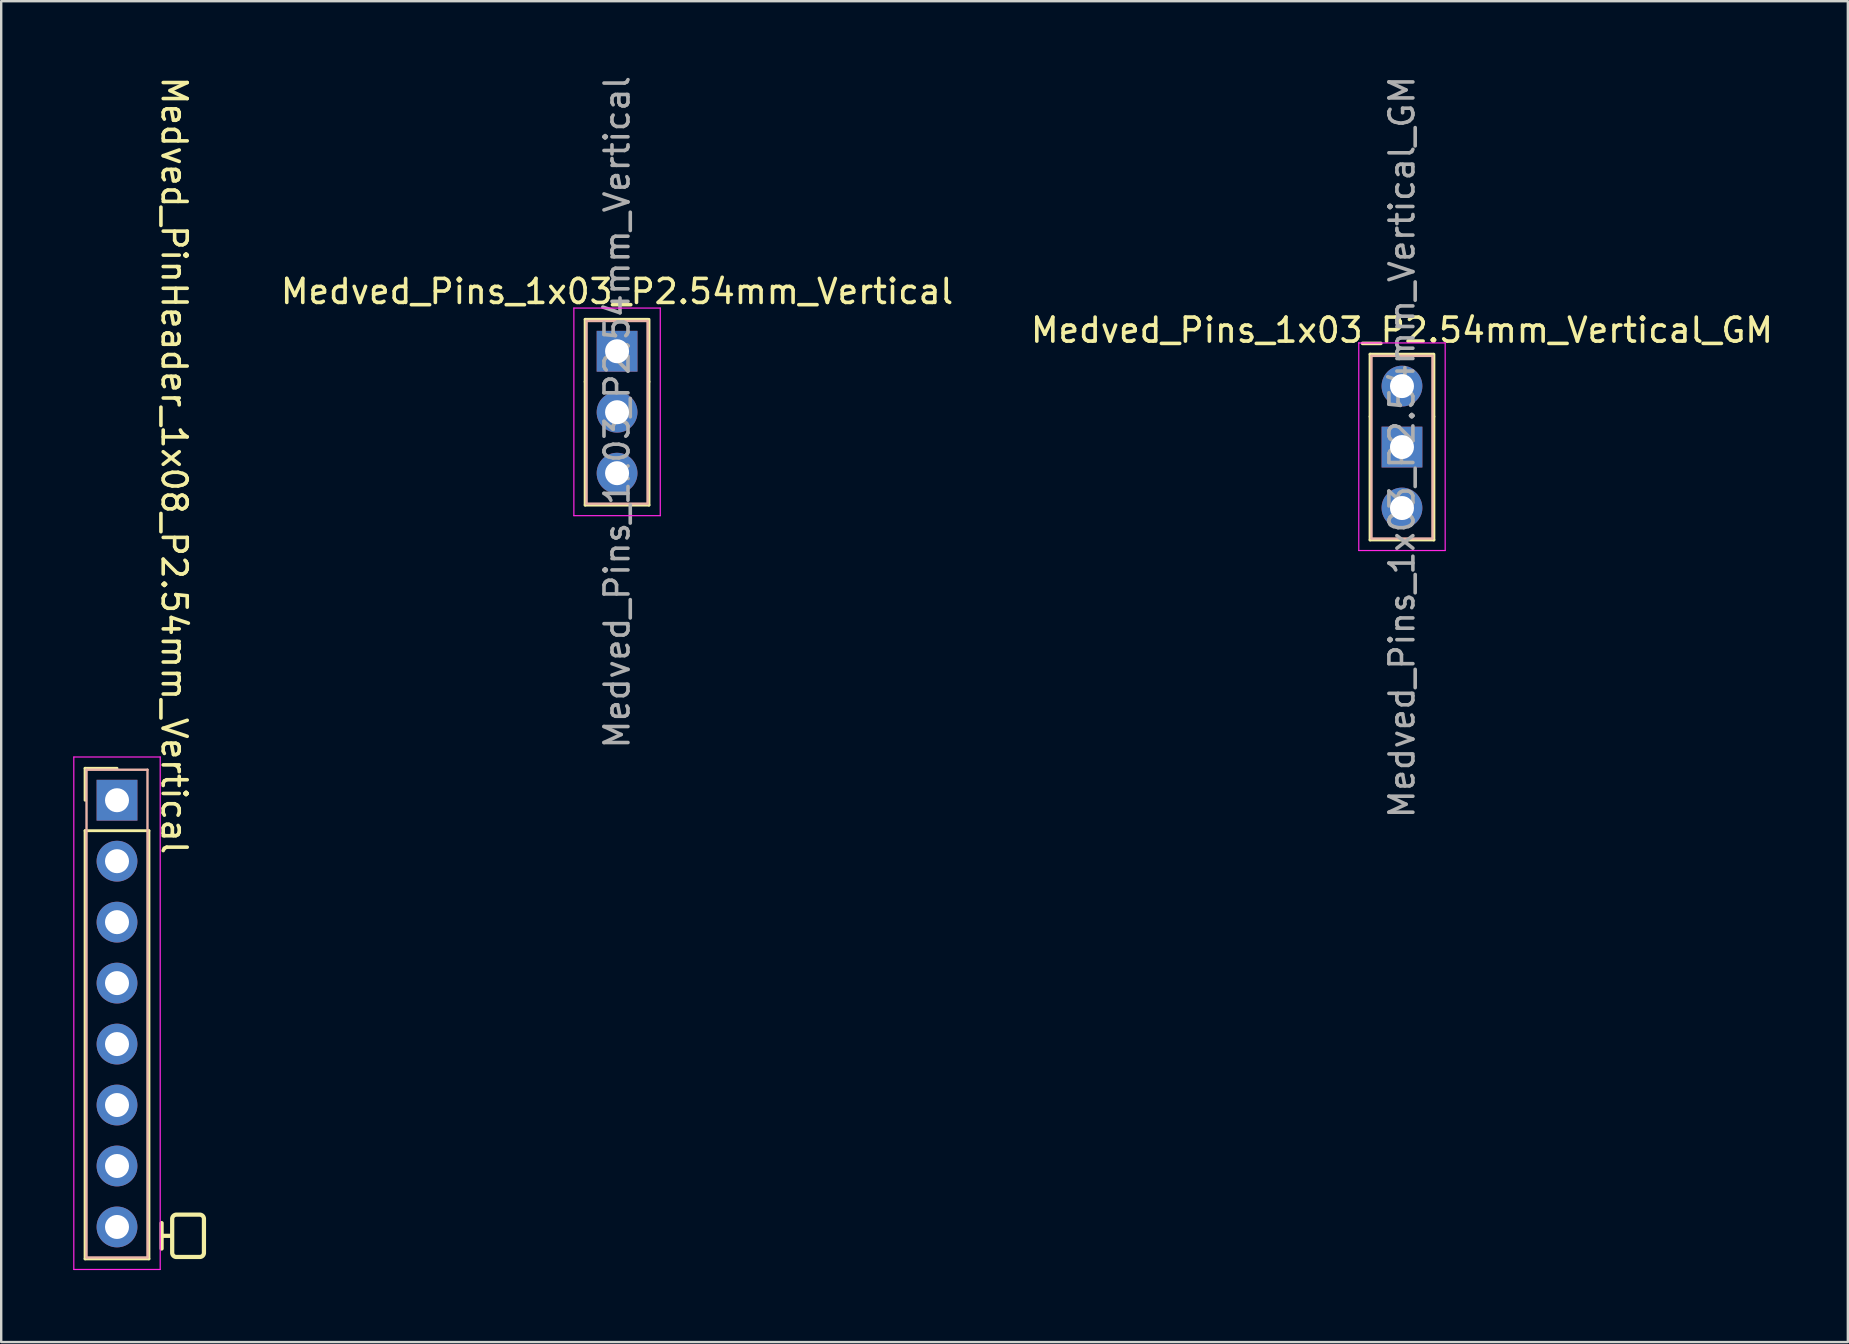
<source format=kicad_pcb>
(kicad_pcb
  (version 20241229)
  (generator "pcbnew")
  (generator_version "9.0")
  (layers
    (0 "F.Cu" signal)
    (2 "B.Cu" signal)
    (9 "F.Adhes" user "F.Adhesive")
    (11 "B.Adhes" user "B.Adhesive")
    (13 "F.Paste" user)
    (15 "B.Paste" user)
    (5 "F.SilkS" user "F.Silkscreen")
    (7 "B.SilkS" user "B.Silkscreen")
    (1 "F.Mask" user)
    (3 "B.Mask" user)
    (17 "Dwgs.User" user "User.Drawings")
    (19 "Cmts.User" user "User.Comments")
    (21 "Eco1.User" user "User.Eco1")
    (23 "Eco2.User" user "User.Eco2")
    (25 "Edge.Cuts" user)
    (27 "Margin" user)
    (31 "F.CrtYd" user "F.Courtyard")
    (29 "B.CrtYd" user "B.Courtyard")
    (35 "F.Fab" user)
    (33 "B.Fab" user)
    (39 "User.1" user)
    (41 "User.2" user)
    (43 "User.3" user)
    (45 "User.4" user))
  (footprint "Medved_Pins_1x03_P2.54mm_Vertical"
    (layer "F.Cu")
    (at 22.66 11.585)
    (property "Reference" "Medved_Pins_1x03_P2.54mm_Vertical" (at 0 -2.49 0) (layer "F.SilkS") (effects (font (size 1 1) (thickness 0.15))))
    (attr through_hole)
    (fp_line (start -1.33 -1.33) (end 1.3 -1.33) (stroke (width 0.12) (type solid)) (layer "F.SilkS"))
    (fp_line (start -1.33 1.27) (end -1.33 -1.33) (stroke (width 0.12) (type solid)) (layer "F.SilkS"))
    (fp_line (start -1.33 1.27) (end -1.33 6.41) (stroke (width 0.12) (type solid)) (layer "F.SilkS"))
    (fp_line (start -1.33 6.41) (end 1.33 6.41) (stroke (width 0.12) (type solid)) (layer "F.SilkS"))
    (fp_line (start 1.33 1.27) (end 1.33 -1.33) (stroke (width 0.12) (type solid)) (layer "F.SilkS"))
    (fp_line (start 1.33 1.27) (end 1.33 6.41) (stroke (width 0.12) (type solid)) (layer "F.SilkS"))
    (fp_line (start -1.27 -1.26) (end 1.27 -1.26) (stroke (width 0.1) (type solid)) (layer "B.SilkS"))
    (fp_line (start -1.27 6.35) (end -1.27 -1.26) (stroke (width 0.1) (type solid)) (layer "B.SilkS"))
    (fp_line (start 1.27 6.35) (end -1.27 6.35) (stroke (width 0.1) (type solid)) (layer "B.SilkS"))
    (fp_line (start 1.27 -1.26) (end 1.27 6.35) (stroke (width 0.1) (type solid)) (layer "B.SilkS"))
    (fp_line (start -1.8 -1.8) (end -1.8 6.85) (stroke (width 0.05) (type solid)) (layer "F.CrtYd"))
    (fp_line (start -1.8 6.85) (end 1.8 6.85) (stroke (width 0.05) (type solid)) (layer "F.CrtYd"))
    (fp_line (start 1.8 -1.8) (end -1.8 -1.8) (stroke (width 0.05) (type solid)) (layer "F.CrtYd"))
    (fp_line (start 1.8 6.85) (end 1.8 -1.8) (stroke (width 0.05) (type solid)) (layer "F.CrtYd"))
    (fp_text user "${REFERENCE}" (at 0 2.54 90) (layer "F.Fab") (effects (font (size 1 1) (thickness 0.15))))
    (pad "1" thru_hole rect (at 0 0) (size 1.7 1.7) (drill 1) (layers "*.Cu" "*.Mask"))
    (pad "2" thru_hole oval (at 0 2.54) (size 1.7 1.7) (drill 1) (layers "*.Cu" "*.Mask"))
    (pad "3" thru_hole oval (at 0 5.08) (size 1.7 1.7) (drill 1) (layers "*.Cu" "*.Mask")))
  (footprint "Medved_PinHeader_1x08_P2.54mm_Vertical"
    (layer "F.Cu")
    (at 1.825 30.291)
    (property "Reference" "Medved_PinHeader_1x08_P2.54mm_Vertical" (at 2.38 2.34 270) (unlocked yes) (layer "F.SilkS") (effects (font (size 1 1) (thickness 0.15)) (justify right)))
    (attr through_hole)
    (fp_line (start -1.33 -1.33) (end 0 -1.33) (stroke (width 0.12) (type solid)) (layer "F.SilkS"))
    (fp_line (start -1.33 0) (end -1.33 -1.33) (stroke (width 0.12) (type solid)) (layer "F.SilkS"))
    (fp_line (start -1.33 1.27) (end -1.33 19.11) (stroke (width 0.12) (type solid)) (layer "F.SilkS"))
    (fp_line (start -1.33 1.27) (end 1.33 1.27) (stroke (width 0.12) (type solid)) (layer "F.SilkS"))
    (fp_line (start -1.33 19.11) (end 1.33 19.11) (stroke (width 0.12) (type solid)) (layer "F.SilkS"))
    (fp_line (start 1.33 1.27) (end 1.33 19.11) (stroke (width 0.12) (type solid)) (layer "F.SilkS"))
    (fp_poly (pts (xy 3.71 18.868) (xy 3.709 18.882) (xy 3.707 18.895) (xy 3.705 18.908) (xy 3.702 18.921) (xy 3.698 18.933) (xy 3.694 18.946) (xy 3.689 18.958) (xy 3.684 18.969) (xy 3.678 18.981) (xy 3.672 18.992) (xy 3.665 19.003) (xy 3.658 19.013) (xy 3.65 19.023) (xy 3.642 19.033) (xy 3.633 19.042) (xy 3.624 19.051) (xy 3.614 19.059) (xy 3.604 19.067) (xy 3.594 19.074) (xy 3.583 19.081) (xy 3.572 19.087) (xy 3.56 19.093) (xy 3.549 19.099) (xy 3.537 19.103) (xy 3.524 19.107) (xy 3.512 19.111) (xy 3.499 19.114) (xy 3.486 19.116) (xy 3.473 19.118) (xy 3.459 19.119) (xy 3.446 19.119) (xy 2.476 19.119) (xy 2.462 19.119) (xy 2.449 19.118) (xy 2.435 19.116) (xy 2.422 19.114) (xy 2.409 19.111) (xy 2.397 19.107) (xy 2.385 19.103) (xy 2.373 19.099) (xy 2.361 19.093) (xy 2.349 19.087) (xy 2.338 19.081) (xy 2.328 19.074) (xy 2.317 19.067) (xy 2.307 19.059) (xy 2.298 19.051) (xy 2.288 19.042) (xy 2.28 19.033) (xy 2.271 19.023) (xy 2.264 19.013) (xy 2.256 19.003) (xy 2.249 18.992) (xy 2.243 18.981) (xy 2.237 18.969) (xy 2.232 18.958) (xy 2.227 18.946) (xy 2.223 18.933) (xy 2.219 18.921) (xy 2.216 18.908) (xy 2.214 18.895) (xy 2.212 18.882) (xy 2.211 18.868) (xy 2.211 18.855) (xy 2.211 18.237) (xy 1.946 18.237) (xy 1.946 18.678) (xy 1.946 18.683) (xy 1.946 18.687) (xy 1.945 18.692) (xy 1.945 18.696) (xy 1.944 18.7) (xy 1.942 18.705) (xy 1.941 18.709) (xy 1.939 18.713) (xy 1.938 18.717) (xy 1.936 18.72) (xy 1.934 18.724) (xy 1.931 18.728) (xy 1.929 18.731) (xy 1.926 18.734) (xy 1.923 18.738) (xy 1.921 18.741) (xy 1.917 18.744) (xy 1.914 18.746) (xy 1.911 18.749) (xy 1.908 18.751) (xy 1.904 18.754) (xy 1.9 18.756) (xy 1.896 18.758) (xy 1.893 18.76) (xy 1.889 18.761) (xy 1.884 18.763) (xy 1.88 18.764) (xy 1.876 18.765) (xy 1.872 18.766) (xy 1.867 18.766) (xy 1.863 18.766) (xy 1.858 18.767) (xy 1.854 18.766) (xy 1.849 18.766) (xy 1.845 18.766) (xy 1.84 18.765) (xy 1.836 18.764) (xy 1.832 18.763) (xy 1.828 18.761) (xy 1.824 18.76) (xy 1.82 18.758) (xy 1.816 18.756) (xy 1.812 18.754) (xy 1.809 18.751) (xy 1.805 18.749) (xy 1.802 18.746) (xy 1.799 18.744) (xy 1.796 18.741) (xy 1.793 18.738) (xy 1.79 18.734) (xy 1.788 18.731) (xy 1.785 18.728) (xy 1.783 18.724) (xy 1.781 18.72) (xy 1.779 18.717) (xy 1.777 18.713) (xy 1.775 18.709) (xy 1.774 18.705) (xy 1.773 18.7) (xy 1.772 18.696) (xy 1.771 18.692) (xy 1.77 18.687) (xy 1.77 18.683) (xy 1.77 18.678) (xy 1.77 17.62) (xy 1.77 17.615) (xy 1.77 17.611) (xy 1.771 17.607) (xy 1.772 17.602) (xy 1.773 17.598) (xy 1.774 17.594) (xy 1.775 17.59) (xy 1.777 17.586) (xy 1.779 17.582) (xy 1.781 17.578) (xy 1.783 17.574) (xy 1.785 17.571) (xy 1.788 17.567) (xy 1.79 17.564) (xy 1.793 17.561) (xy 1.796 17.558) (xy 1.799 17.555) (xy 1.802 17.552) (xy 1.805 17.549) (xy 1.809 17.547) (xy 1.812 17.545) (xy 1.816 17.542) (xy 1.82 17.541) (xy 1.824 17.539) (xy 1.828 17.537) (xy 1.832 17.536) (xy 1.836 17.535) (xy 1.84 17.534) (xy 1.845 17.533) (xy 1.849 17.532) (xy 1.854 17.532) (xy 1.858 17.532) (xy 1.863 17.532) (xy 1.867 17.532) (xy 1.872 17.533) (xy 1.876 17.534) (xy 1.88 17.535) (xy 1.884 17.536) (xy 1.889 17.537) (xy 1.893 17.539) (xy 1.896 17.541) (xy 1.9 17.542) (xy 1.904 17.545) (xy 1.908 17.547) (xy 1.911 17.549) (xy 1.914 17.552) (xy 1.917 17.555) (xy 1.921 17.558) (xy 1.923 17.561) (xy 1.926 17.564) (xy 1.929 17.567) (xy 1.931 17.571) (xy 1.934 17.574) (xy 1.936 17.578) (xy 1.938 17.582) (xy 1.939 17.586) (xy 1.941 17.59) (xy 1.942 17.594) (xy 1.944 17.598) (xy 1.945 17.602) (xy 1.945 17.607) (xy 1.946 17.611) (xy 1.946 17.615) (xy 1.946 17.62) (xy 1.946 18.061) (xy 2.211 18.061) (xy 2.211 17.444) (xy 2.211 17.43) (xy 2.212 17.417) (xy 2.214 17.403) (xy 2.216 17.39) (xy 2.219 17.377) (xy 2.223 17.365) (xy 2.227 17.353) (xy 2.232 17.341) (xy 2.237 17.329) (xy 2.243 17.317) (xy 2.249 17.306) (xy 2.256 17.296) (xy 2.264 17.285) (xy 2.271 17.275) (xy 2.28 17.266) (xy 2.288 17.257) (xy 2.298 17.248) (xy 2.307 17.239) (xy 2.317 17.232) (xy 2.328 17.224) (xy 2.338 17.217) (xy 2.349 17.211) (xy 2.361 17.205) (xy 2.373 17.2) (xy 2.385 17.195) (xy 2.397 17.191) (xy 2.409 17.187) (xy 2.422 17.184) (xy 2.435 17.182) (xy 2.449 17.18) (xy 2.462 17.179) (xy 2.476 17.179) (xy 3.446 17.179) (xy 3.446 17.355) (xy 2.476 17.355) (xy 2.471 17.356) (xy 2.467 17.356) (xy 2.462 17.356) (xy 2.458 17.357) (xy 2.454 17.358) (xy 2.449 17.359) (xy 2.445 17.361) (xy 2.441 17.362) (xy 2.437 17.364) (xy 2.434 17.366) (xy 2.43 17.368) (xy 2.426 17.37) (xy 2.423 17.373) (xy 2.419 17.376) (xy 2.416 17.378) (xy 2.413 17.381) (xy 2.41 17.384) (xy 2.408 17.388) (xy 2.405 17.391) (xy 2.402 17.394) (xy 2.4 17.398) (xy 2.398 17.402) (xy 2.396 17.405) (xy 2.394 17.409) (xy 2.393 17.413) (xy 2.391 17.417) (xy 2.39 17.422) (xy 2.389 17.426) (xy 2.388 17.43) (xy 2.388 17.435) (xy 2.387 17.439) (xy 2.387 17.444) (xy 2.387 18.855) (xy 2.387 18.859) (xy 2.388 18.864) (xy 2.388 18.868) (xy 2.389 18.872) (xy 2.39 18.877) (xy 2.391 18.881) (xy 2.393 18.885) (xy 2.394 18.889) (xy 2.396 18.893) (xy 2.398 18.897) (xy 2.4 18.9) (xy 2.402 18.904) (xy 2.405 18.907) (xy 2.408 18.911) (xy 2.41 18.914) (xy 2.413 18.917) (xy 2.416 18.92) (xy 2.419 18.923) (xy 2.423 18.925) (xy 2.426 18.928) (xy 2.43 18.93) (xy 2.434 18.932) (xy 2.437 18.934) (xy 2.441 18.936) (xy 2.445 18.938) (xy 2.449 18.939) (xy 2.454 18.94) (xy 2.458 18.941) (xy 2.462 18.942) (xy 2.467 18.942) (xy 2.471 18.943) (xy 2.476 18.943) (xy 3.446 18.943) (xy 3.45 18.943) (xy 3.455 18.942) (xy 3.459 18.942) (xy 3.463 18.941) (xy 3.468 18.94) (xy 3.472 18.939) (xy 3.476 18.938) (xy 3.48 18.936) (xy 3.484 18.934) (xy 3.488 18.932) (xy 3.491 18.93) (xy 3.495 18.928) (xy 3.498 18.925) (xy 3.502 18.923) (xy 3.505 18.92) (xy 3.508 18.917) (xy 3.511 18.914) (xy 3.514 18.911) (xy 3.516 18.907) (xy 3.519 18.904) (xy 3.521 18.9) (xy 3.523 18.897) (xy 3.525 18.893) (xy 3.527 18.889) (xy 3.529 18.885) (xy 3.53 18.881) (xy 3.531 18.877) (xy 3.532 18.872) (xy 3.533 18.868) (xy 3.533 18.864) (xy 3.534 18.859) (xy 3.534 18.855) (xy 3.534 17.444) (xy 3.534 17.439) (xy 3.533 17.435) (xy 3.533 17.43) (xy 3.532 17.426) (xy 3.531 17.422) (xy 3.53 17.417) (xy 3.529 17.413) (xy 3.527 17.409) (xy 3.525 17.405) (xy 3.523 17.402) (xy 3.521 17.398) (xy 3.519 17.394) (xy 3.516 17.391) (xy 3.514 17.388) (xy 3.511 17.384) (xy 3.508 17.381) (xy 3.505 17.378) (xy 3.502 17.376) (xy 3.498 17.373) (xy 3.495 17.37) (xy 3.491 17.368) (xy 3.488 17.366) (xy 3.484 17.364) (xy 3.48 17.362) (xy 3.476 17.361) (xy 3.472 17.359) (xy 3.468 17.358) (xy 3.463 17.357) (xy 3.459 17.356) (xy 3.455 17.356) (xy 3.45 17.356) (xy 3.446 17.355) (xy 3.446 17.179) (xy 3.459 17.179) (xy 3.473 17.18) (xy 3.486 17.182) (xy 3.499 17.184) (xy 3.512 17.187) (xy 3.524 17.191) (xy 3.537 17.195) (xy 3.549 17.2) (xy 3.56 17.205) (xy 3.572 17.211) (xy 3.583 17.217) (xy 3.594 17.224) (xy 3.604 17.232) (xy 3.614 17.239) (xy 3.624 17.248) (xy 3.633 17.257) (xy 3.642 17.266) (xy 3.65 17.275) (xy 3.658 17.285) (xy 3.665 17.296) (xy 3.672 17.306) (xy 3.678 17.317) (xy 3.684 17.329) (xy 3.689 17.341) (xy 3.694 17.353) (xy 3.698 17.365) (xy 3.702 17.377) (xy 3.705 17.39) (xy 3.707 17.403) (xy 3.709 17.417) (xy 3.71 17.43) (xy 3.71 17.444) (xy 3.71 18.855)) (stroke (width -0.000001) (type solid)) (fill yes) (layer "F.SilkS"))
    (fp_line (start -1.27 19.05) (end -1.27 -1.27) (stroke (width 0.1) (type solid)) (layer "B.SilkS"))
    (fp_line (start 1.27 -1.27) (end -1.27 -1.27) (stroke (width 0.1) (type solid)) (layer "B.SilkS"))
    (fp_line (start 1.27 -1.27) (end 1.27 19.05) (stroke (width 0.1) (type solid)) (layer "B.SilkS"))
    (fp_line (start 1.27 19.05) (end -1.27 19.05) (stroke (width 0.1) (type solid)) (layer "B.SilkS"))
    (fp_line (start -1.8 -1.8) (end -1.8 19.55) (stroke (width 0.05) (type solid)) (layer "F.CrtYd"))
    (fp_line (start -1.8 19.55) (end 1.8 19.55) (stroke (width 0.05) (type solid)) (layer "F.CrtYd"))
    (fp_line (start 1.8 -1.8) (end -1.8 -1.8) (stroke (width 0.05) (type solid)) (layer "F.CrtYd"))
    (fp_line (start 1.8 19.55) (end 1.8 -1.8) (stroke (width 0.05) (type solid)) (layer "F.CrtYd"))
    (pad "1" thru_hole rect (at 0 0) (size 1.7 1.7) (drill 1) (layers "*.Cu" "*.Mask"))
    (pad "2" thru_hole oval (at 0 2.54) (size 1.7 1.7) (drill 1) (layers "*.Cu" "*.Mask"))
    (pad "3" thru_hole oval (at 0 5.08) (size 1.7 1.7) (drill 1) (layers "*.Cu" "*.Mask"))
    (pad "4" thru_hole oval (at 0 7.62) (size 1.7 1.7) (drill 1) (layers "*.Cu" "*.Mask"))
    (pad "5" thru_hole oval (at 0 10.16) (size 1.7 1.7) (drill 1) (layers "*.Cu" "*.Mask"))
    (pad "6" thru_hole oval (at 0 12.7) (size 1.7 1.7) (drill 1) (layers "*.Cu" "*.Mask"))
    (pad "7" thru_hole oval (at 0 15.24) (size 1.7 1.7) (drill 1) (layers "*.Cu" "*.Mask"))
    (pad "8" thru_hole oval (at 0 17.78) (size 1.7 1.7) (drill 1) (layers "*.Cu" "*.Mask")))
  (footprint "Medved_Pins_1x03_P2.54mm_Vertical_GM"
    (layer "F.Cu")
    (at 55.363 13.037)
    (property "Reference" "Medved_Pins_1x03_P2.54mm_Vertical_GM" (at 0 -2.33 0) (layer "F.SilkS") (effects (font (size 1 1) (thickness 0.15))))
    (attr through_hole)
    (fp_line (start -1.33 -1.33) (end 1.3 -1.33) (stroke (width 0.12) (type solid)) (layer "F.SilkS"))
    (fp_line (start -1.33 1.27) (end -1.33 -1.33) (stroke (width 0.12) (type solid)) (layer "F.SilkS"))
    (fp_line (start -1.33 1.27) (end -1.33 6.41) (stroke (width 0.12) (type solid)) (layer "F.SilkS"))
    (fp_line (start -1.33 6.41) (end 1.33 6.41) (stroke (width 0.12) (type solid)) (layer "F.SilkS"))
    (fp_line (start 1.33 1.27) (end 1.33 -1.33) (stroke (width 0.12) (type solid)) (layer "F.SilkS"))
    (fp_line (start 1.33 1.27) (end 1.33 6.41) (stroke (width 0.12) (type solid)) (layer "F.SilkS"))
    (fp_line (start -1.27 -1.26) (end 1.27 -1.26) (stroke (width 0.1) (type solid)) (layer "B.SilkS"))
    (fp_line (start -1.27 6.35) (end -1.27 -1.26) (stroke (width 0.1) (type solid)) (layer "B.SilkS"))
    (fp_line (start 1.27 6.35) (end -1.27 6.35) (stroke (width 0.1) (type solid)) (layer "B.SilkS"))
    (fp_line (start 1.27 -1.26) (end 1.27 6.35) (stroke (width 0.1) (type solid)) (layer "B.SilkS"))
    (fp_line (start -1.8 -1.8) (end -1.8 6.85) (stroke (width 0.05) (type solid)) (layer "F.CrtYd"))
    (fp_line (start -1.8 6.85) (end 1.8 6.85) (stroke (width 0.05) (type solid)) (layer "F.CrtYd"))
    (fp_line (start 1.8 -1.8) (end -1.8 -1.8) (stroke (width 0.05) (type solid)) (layer "F.CrtYd"))
    (fp_line (start 1.8 6.85) (end 1.8 -1.8) (stroke (width 0.05) (type solid)) (layer "F.CrtYd"))
    (fp_text user "${REFERENCE}" (at 0 2.54 90) (layer "F.Fab") (effects (font (size 1 1) (thickness 0.15))))
    (pad "1" thru_hole circle (at 0 0) (size 1.7 1.7) (drill 1) (layers "*.Cu" "*.Mask"))
    (pad "2" thru_hole rect (at 0 2.54) (size 1.7 1.7) (drill 1) (layers "*.Cu" "*.Mask"))
    (pad "3" thru_hole oval (at 0 5.08) (size 1.7 1.7) (drill 1) (layers "*.Cu" "*.Mask")))
  (gr_rect
    (start -3 -3)
    (end 73.94 52.866)
    (stroke (width 0.1) (type default))
    (fill no)
    (layer "Edge.Cuts")))
</source>
